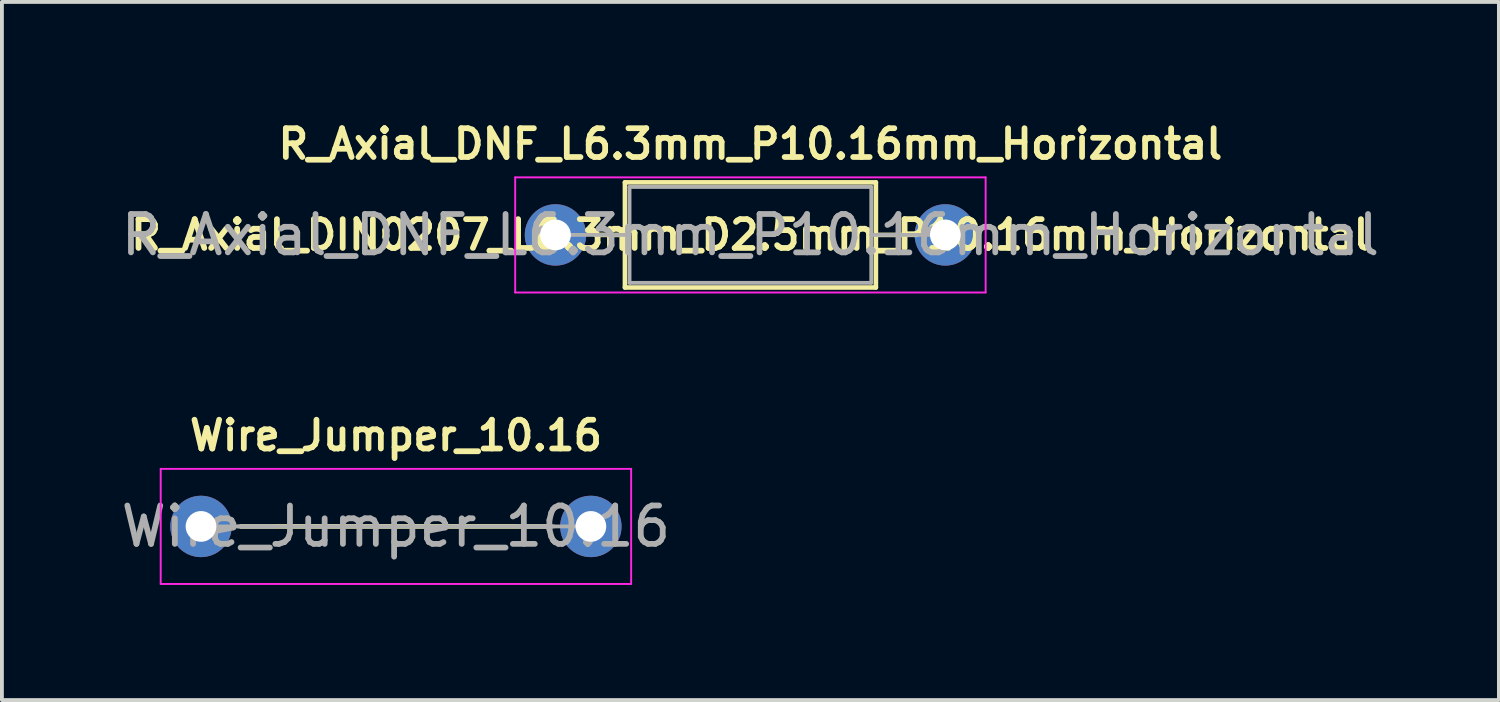
<source format=kicad_pcb>
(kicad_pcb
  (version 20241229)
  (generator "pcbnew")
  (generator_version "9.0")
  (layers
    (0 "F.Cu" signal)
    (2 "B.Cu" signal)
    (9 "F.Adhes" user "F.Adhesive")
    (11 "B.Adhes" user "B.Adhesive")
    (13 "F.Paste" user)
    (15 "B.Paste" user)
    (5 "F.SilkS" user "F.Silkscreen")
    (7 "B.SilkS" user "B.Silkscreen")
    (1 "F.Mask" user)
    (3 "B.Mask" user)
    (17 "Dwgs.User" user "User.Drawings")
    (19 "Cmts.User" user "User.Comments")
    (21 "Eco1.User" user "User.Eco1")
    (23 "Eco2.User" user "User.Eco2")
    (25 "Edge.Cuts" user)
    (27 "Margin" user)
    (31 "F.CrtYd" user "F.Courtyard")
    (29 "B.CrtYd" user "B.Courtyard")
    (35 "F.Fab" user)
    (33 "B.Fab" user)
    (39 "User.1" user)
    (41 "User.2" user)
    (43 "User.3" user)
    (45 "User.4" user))
  (footprint "R_Axial_DNF_L6.3mm_P10.16mm_Horizontal"
    (layer "F.Cu")
    (at 11.426 3.072)
    (property "Reference" "R_Axial_DNF_L6.3mm_P10.16mm_Horizontal" (at 5.08 -2.37 0) (layer "F.SilkS") (effects (font (size 0.75 0.75) (thickness 0.15))))
    (property "Value" "R_Axial_DIN0207_L6.3mm_D2.5mm_P10.16mm_Horizontal" (at 5.08 2.37 0) (layer "F.Fab") (hide yes) (effects (font (size 1 1) (thickness 0.15))))
    (attr through_hole)
    (fp_line (start 1.04 0) (end 1.81 0) (stroke (width 0.12) (type solid)) (layer "F.SilkS"))
    (fp_line (start 1.81 -1.37) (end 1.81 1.37) (stroke (width 0.12) (type solid)) (layer "F.SilkS"))
    (fp_line (start 1.81 1.37) (end 8.35 1.37) (stroke (width 0.12) (type solid)) (layer "F.SilkS"))
    (fp_line (start 8.35 -1.37) (end 1.81 -1.37) (stroke (width 0.12) (type solid)) (layer "F.SilkS"))
    (fp_line (start 8.35 1.37) (end 8.35 -1.37) (stroke (width 0.12) (type solid)) (layer "F.SilkS"))
    (fp_line (start 9.12 0) (end 8.35 0) (stroke (width 0.12) (type solid)) (layer "F.SilkS"))
    (fp_line (start -1.05 -1.5) (end -1.05 1.5) (stroke (width 0.05) (type solid)) (layer "F.CrtYd"))
    (fp_line (start -1.05 1.5) (end 11.21 1.5) (stroke (width 0.05) (type solid)) (layer "F.CrtYd"))
    (fp_line (start 11.21 -1.5) (end -1.05 -1.5) (stroke (width 0.05) (type solid)) (layer "F.CrtYd"))
    (fp_line (start 11.21 1.5) (end 11.21 -1.5) (stroke (width 0.05) (type solid)) (layer "F.CrtYd"))
    (fp_line (start 0 0) (end 1.93 0) (stroke (width 0.1) (type solid)) (layer "F.Fab"))
    (fp_line (start 1.93 -1.25) (end 1.93 1.25) (stroke (width 0.1) (type solid)) (layer "F.Fab"))
    (fp_line (start 1.93 1.25) (end 8.23 1.25) (stroke (width 0.1) (type solid)) (layer "F.Fab"))
    (fp_line (start 8.23 -1.25) (end 1.93 -1.25) (stroke (width 0.1) (type solid)) (layer "F.Fab"))
    (fp_line (start 8.23 1.25) (end 8.23 -1.25) (stroke (width 0.1) (type solid)) (layer "F.Fab"))
    (fp_line (start 10.16 0) (end 8.23 0) (stroke (width 0.1) (type solid)) (layer "F.Fab"))
    (fp_text user "${VALUE}" (at 5.08 0 0) (layer "F.SilkS") (effects (font (size 0.75 0.75) (thickness 0.15))))
    (fp_text user "${REFERENCE}" (at 5.08 0 0) (layer "F.Fab") (effects (font (size 1 1) (thickness 0.15))))
    (pad "1" thru_hole circle (at 0 0) (size 1.6 1.6) (drill 0.8) (layers "*.Cu" "*.Mask"))
    (pad "2" thru_hole oval (at 10.16 0) (size 1.6 1.6) (drill 0.8) (layers "*.Cu" "*.Mask")))
  (footprint "Wire_Jumper_10.16"
    (layer "F.Cu")
    (at 2.188 10.669)
    (property "Reference" "Wire_Jumper_10.16" (at 5.08 -2.37 0) (layer "F.SilkS") (effects (font (size 0.75 0.75) (thickness 0.15))))
    (attr through_hole)
    (fp_line (start 1.04 0) (end 9.12 0) (stroke (width 0.12) (type solid)) (layer "F.SilkS"))
    (fp_line (start -1.05 -1.5) (end -1.05 1.5) (stroke (width 0.05) (type solid)) (layer "F.CrtYd"))
    (fp_line (start -1.05 1.5) (end 11.21 1.5) (stroke (width 0.05) (type solid)) (layer "F.CrtYd"))
    (fp_line (start 11.21 -1.5) (end -1.05 -1.5) (stroke (width 0.05) (type solid)) (layer "F.CrtYd"))
    (fp_line (start 11.21 1.5) (end 11.21 -1.5) (stroke (width 0.05) (type solid)) (layer "F.CrtYd"))
    (fp_line (start 0 0) (end 1.93 0) (stroke (width 0.1) (type solid)) (layer "F.Fab"))
    (fp_line (start 0.965 0) (end 9.195 0) (stroke (width 0.1) (type default)) (layer "F.Fab"))
    (fp_line (start 10.16 0) (end 8.23 0) (stroke (width 0.1) (type solid)) (layer "F.Fab"))
    (fp_text user "${REFERENCE}" (at 5.08 0 0) (layer "F.Fab") (effects (font (size 1 1) (thickness 0.15))))
    (pad "1" thru_hole circle (at 0 0) (size 1.6 1.6) (drill 0.8) (layers "*.Cu" "*.Mask"))
    (pad "2" thru_hole oval (at 10.16 0) (size 1.6 1.6) (drill 0.8) (layers "*.Cu" "*.Mask")))
  (gr_rect
    (start -3 -3)
    (end 36.012 15.194)
    (stroke (width 0.1) (type default))
    (fill no)
    (layer "Edge.Cuts")))
</source>
